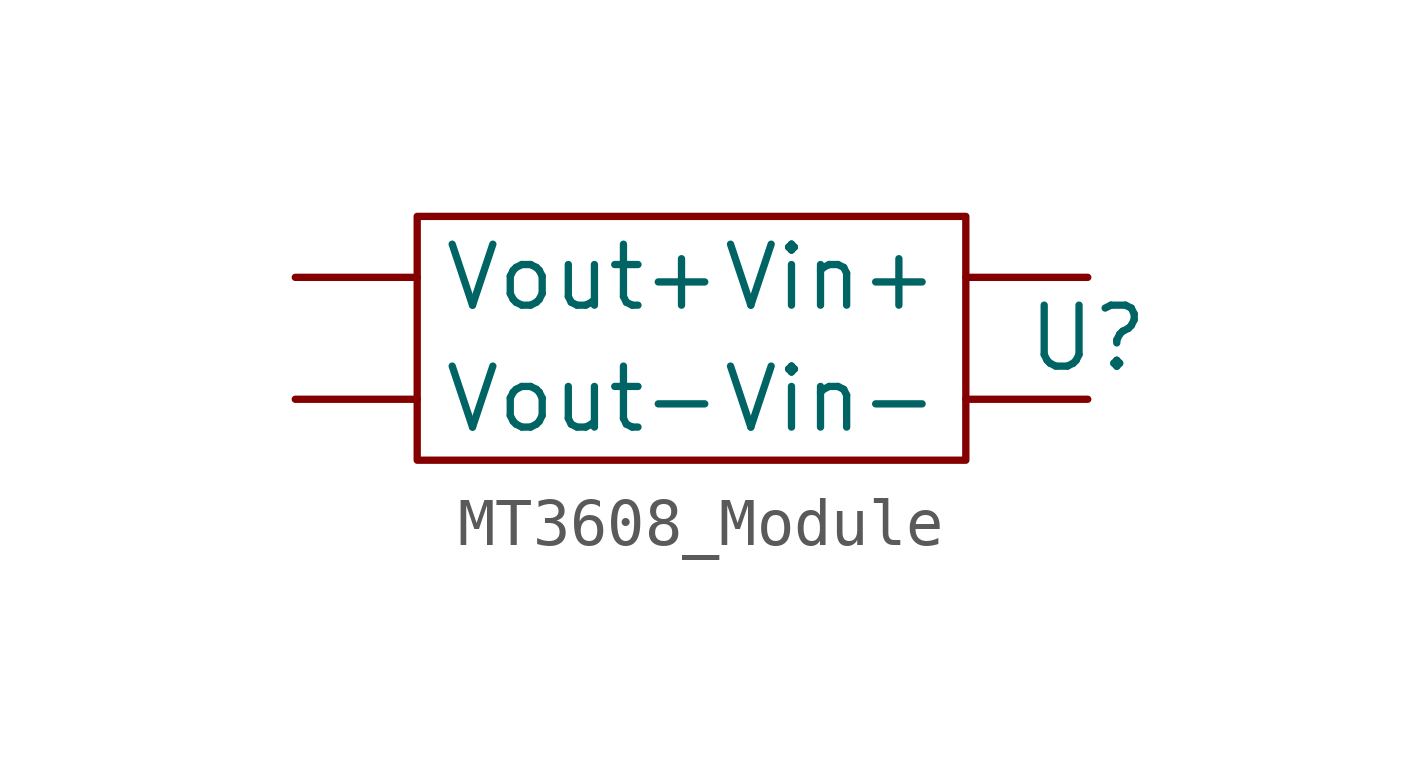
<source format=kicad_sym>
(kicad_symbol_lib
  (version 20220914)
  (generator kicad_symbol_editor)
  (symbol "MT3608_Module"
    (property "Reference" "U"
      (at 0 0 0)
      (effects (font (size 1.27 1.27))))
    (property "Value" ""
      (at 0 0 0)
      (effects (font (size 1.27 1.27))))
    (symbol "MT3608_Module_0_1"
      (rectangle (start -13.97 2.54) (end -2.54 -2.54) (stroke (width 0) (type default)) (fill (type none))))
    (symbol "MT3608_Module_1_1"
      (pin power_in line (at 0 1.27 180) (length 2.54) (name "Vin+" (effects (font (size 1.27 1.27)))) (number "" (effects (font (size 1.27 1.27)))))
      (pin power_in line (at 0 -1.27 180) (length 2.54) (name "Vin-" (effects (font (size 1.27 1.27)))) (number "" (effects (font (size 1.27 1.27)))))
      (pin power_out line (at -16.51 1.27 0) (length 2.54) (name "Vout+" (effects (font (size 1.27 1.27)))) (number "" (effects (font (size 1.27 1.27)))))
      (pin power_out line (at -16.51 -1.27 0) (length 2.54) (name "Vout-" (effects (font (size 1.27 1.27)))) (number "" (effects (font (size 1.27 1.27))))))))
</source>
